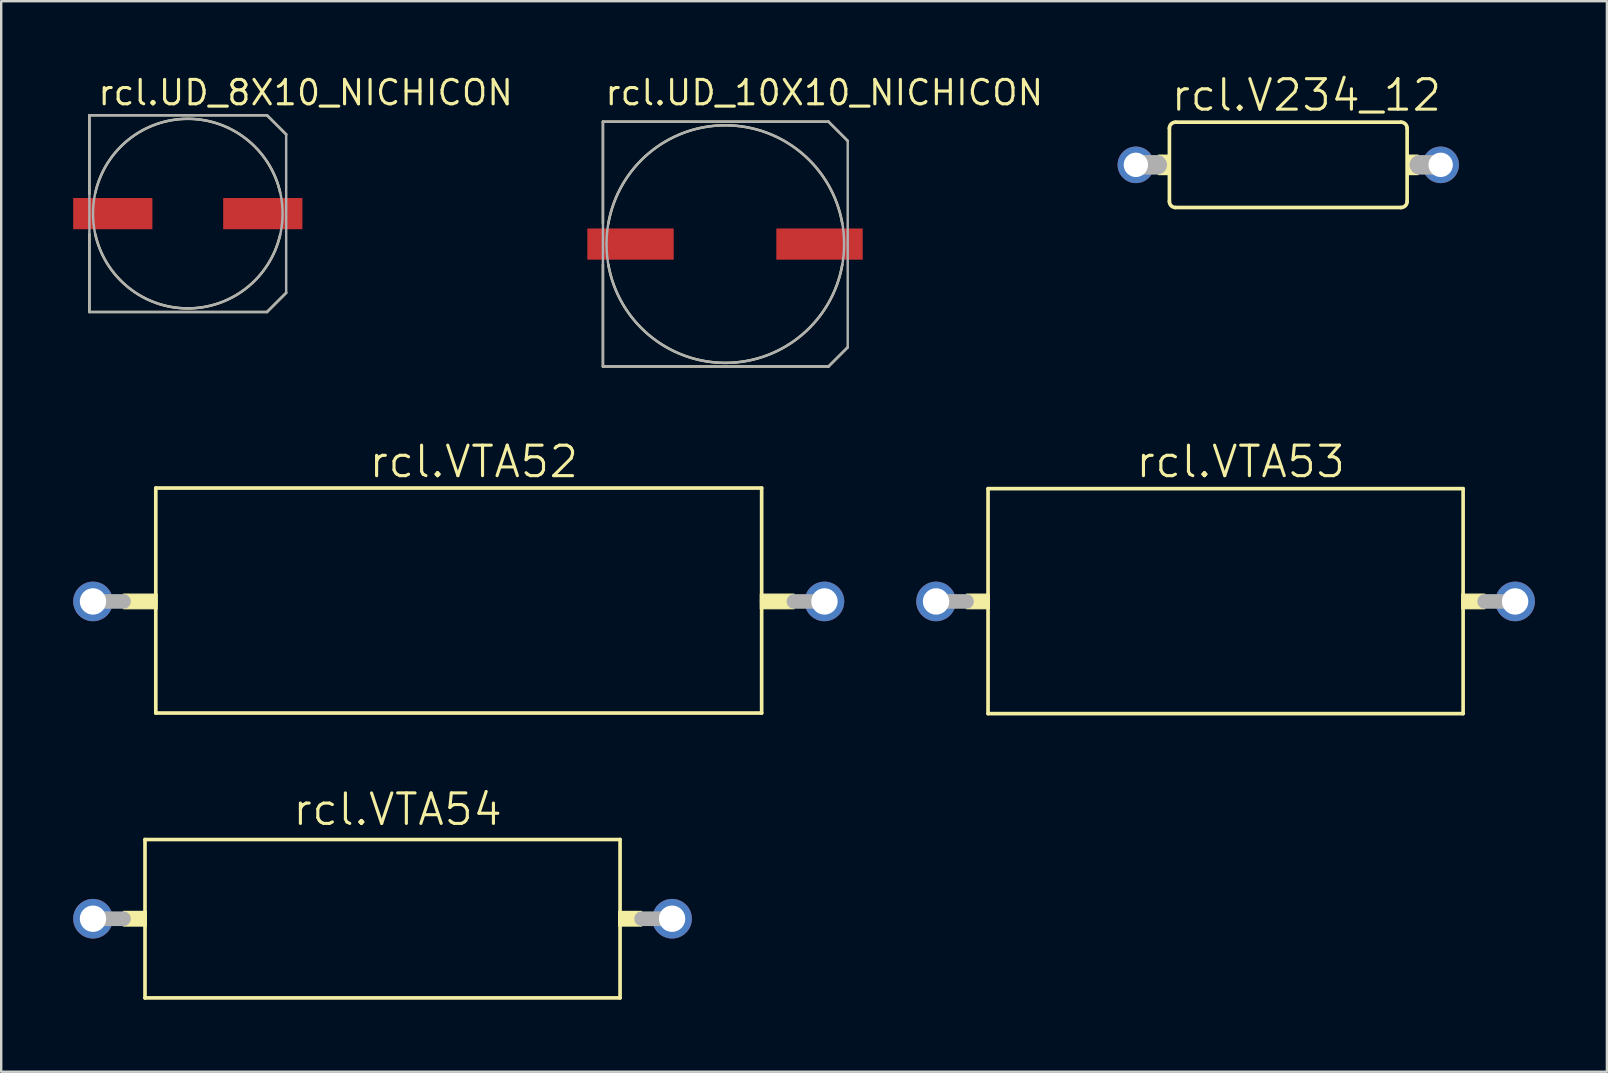
<source format=kicad_pcb>
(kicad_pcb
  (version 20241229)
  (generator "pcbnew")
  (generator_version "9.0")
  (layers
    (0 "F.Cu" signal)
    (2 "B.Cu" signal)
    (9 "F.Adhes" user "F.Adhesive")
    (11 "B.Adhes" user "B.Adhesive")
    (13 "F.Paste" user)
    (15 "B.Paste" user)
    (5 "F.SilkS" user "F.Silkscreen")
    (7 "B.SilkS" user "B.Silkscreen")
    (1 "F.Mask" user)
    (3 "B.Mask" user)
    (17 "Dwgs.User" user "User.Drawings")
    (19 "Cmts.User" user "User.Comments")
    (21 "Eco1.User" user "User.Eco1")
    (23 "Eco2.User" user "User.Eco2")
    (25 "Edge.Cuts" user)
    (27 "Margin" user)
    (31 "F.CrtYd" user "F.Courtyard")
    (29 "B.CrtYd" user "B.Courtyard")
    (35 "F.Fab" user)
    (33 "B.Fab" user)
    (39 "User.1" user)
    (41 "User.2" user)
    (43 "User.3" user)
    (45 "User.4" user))
  (footprint "rcl.VTA53"
    (layer "F.Cu")
    (at 48.02 22.012)
    (property "Reference" "rcl.VTA53" (at -3.81 -5.08 0) (layer "F.SilkS") (effects (font (size 1.27 1.27) (thickness 0.13)) (justify left bottom)))
    (attr through_hole)
    (fp_line (start -9.898 -4.7) (end -9.898 0) (stroke (width 0.152) (type default)) (layer "F.SilkS"))
    (fp_line (start -9.898 0) (end -9.898 4.675) (stroke (width 0.152) (type default)) (layer "F.SilkS"))
    (fp_line (start -9.898 4.675) (end 9.898 4.675) (stroke (width 0.152) (type default)) (layer "F.SilkS"))
    (fp_line (start 9.898 -4.7) (end -9.898 -4.7) (stroke (width 0.152) (type default)) (layer "F.SilkS"))
    (fp_line (start 9.898 0) (end 9.898 -4.7) (stroke (width 0.152) (type default)) (layer "F.SilkS"))
    (fp_line (start 9.898 4.675) (end 9.898 0) (stroke (width 0.152) (type default)) (layer "F.SilkS"))
    (fp_rect (start -10.795 0.305) (end -9.842 -0.305) (stroke (width 0.05) (type default)) (fill yes) (layer "F.SilkS"))
    (fp_rect (start 9.842 0.305) (end 10.795 -0.305) (stroke (width 0.05) (type default)) (fill yes) (layer "F.SilkS"))
    (fp_line (start -12.065 0) (end -10.795 0) (stroke (width 0.61) (type default)) (layer "F.Fab"))
    (fp_line (start 10.795 0) (end 12.065 0) (stroke (width 0.61) (type default)) (layer "F.Fab"))
    (pad "1" thru_hole circle (at -12.065 0) (size 1.65 1.65) (drill 1.1) (layers "*.Cu" "*.Mask"))
    (pad "2" thru_hole circle (at 12.065 0) (size 1.65 1.65) (drill 1.1) (layers "*.Cu" "*.Mask")))
  (footprint "rcl.VTA54"
    (layer "F.Cu")
    (at 12.89 35.233)
    (property "Reference" "rcl.VTA54" (at -3.81 -3.81 0) (layer "F.SilkS") (effects (font (size 1.27 1.27) (thickness 0.13)) (justify left bottom)))
    (attr through_hole)
    (fp_line (start -9.898 -3.3) (end -9.898 0) (stroke (width 0.152) (type default)) (layer "F.SilkS"))
    (fp_line (start -9.898 0) (end -9.898 3.3) (stroke (width 0.152) (type default)) (layer "F.SilkS"))
    (fp_line (start -9.898 3.3) (end 9.898 3.3) (stroke (width 0.152) (type default)) (layer "F.SilkS"))
    (fp_line (start 9.898 -3.3) (end -9.898 -3.3) (stroke (width 0.152) (type default)) (layer "F.SilkS"))
    (fp_line (start 9.898 0) (end 9.898 -3.3) (stroke (width 0.152) (type default)) (layer "F.SilkS"))
    (fp_line (start 9.898 3.3) (end 9.898 0) (stroke (width 0.152) (type default)) (layer "F.SilkS"))
    (fp_rect (start -10.795 0.305) (end -9.842 -0.305) (stroke (width 0.05) (type default)) (fill yes) (layer "F.SilkS"))
    (fp_rect (start 9.842 0.305) (end 10.795 -0.305) (stroke (width 0.05) (type default)) (fill yes) (layer "F.SilkS"))
    (fp_line (start -12.065 0) (end -10.795 0) (stroke (width 0.61) (type default)) (layer "F.Fab"))
    (fp_line (start 10.795 0) (end 12.065 0) (stroke (width 0.61) (type default)) (layer "F.Fab"))
    (pad "1" thru_hole circle (at -12.065 0) (size 1.65 1.65) (drill 1.1) (layers "*.Cu" "*.Mask"))
    (pad "2" thru_hole circle (at 12.065 0) (size 1.65 1.65) (drill 1.1) (layers "*.Cu" "*.Mask")))
  (footprint "rcl.UD_10X10_NICHICON"
    (layer "F.Cu")
    (at 27.174 7.121)
    (property "Reference" "rcl.UD_10X10_NICHICON" (at -5.08 -5.715 0) (layer "F.SilkS") (effects (font (size 1.016 1.016) (thickness 0.13)) (justify left bottom)))
    (attr smd)
    (fp_line (start -5.1 -5.1) (end 4.3 -5.1) (stroke (width 0.102) (type default)) (layer "F.SilkS"))
    (fp_line (start -5.1 -0.875) (end -5.1 -5.1) (stroke (width 0.102) (type default)) (layer "F.SilkS"))
    (fp_line (start -5.1 5.1) (end -5.1 0.85) (stroke (width 0.102) (type default)) (layer "F.SilkS"))
    (fp_line (start 4.3 -5.1) (end 5.1 -4.3) (stroke (width 0.102) (type default)) (layer "F.SilkS"))
    (fp_line (start 4.3 5.1) (end -5.1 5.1) (stroke (width 0.102) (type default)) (layer "F.SilkS"))
    (fp_line (start 5.1 4.3) (end 4.3 5.1) (stroke (width 0.102) (type default)) (layer "F.SilkS"))
    (fp_arc (start -4.875 -0.85) (mid 0 -4.950039) (end 4.875 -0.85) (stroke (width 0.1016) (type default)) (layer "F.SilkS"))
    (fp_arc (start 4.875 0.85) (mid 0 4.950039) (end -4.875 0.85) (stroke (width 0.1016) (type default)) (layer "F.SilkS"))
    (fp_line (start -5.1 -5.1) (end 4.3 -5.1) (stroke (width 0.102) (type default)) (layer "F.Fab"))
    (fp_line (start -5.1 5.1) (end -5.1 -5.1) (stroke (width 0.102) (type default)) (layer "F.Fab"))
    (fp_line (start 4.3 -5.1) (end 5.1 -4.3) (stroke (width 0.102) (type default)) (layer "F.Fab"))
    (fp_line (start 4.3 5.1) (end -5.1 5.1) (stroke (width 0.102) (type default)) (layer "F.Fab"))
    (fp_line (start 5.1 -4.3) (end 5.1 4.3) (stroke (width 0.102) (type default)) (layer "F.Fab"))
    (fp_line (start 5.1 4.3) (end 4.3 5.1) (stroke (width 0.102) (type default)) (layer "F.Fab"))
    (fp_circle (center 0 0) (end 4.95 0) (stroke (width 0.102) (type default)) (fill no) (layer "F.Fab"))
    (pad "+" smd roundrect (at 3.925 0) (size 3.6 1.3) (layers "F.Cu" "F.Mask" "F.Paste") (roundrect_rratio 0.01))
    (pad "-" smd roundrect (at -3.95 0) (size 3.6 1.3) (layers "F.Cu" "F.Mask" "F.Paste") (roundrect_rratio 0.01)))
  (footprint "rcl.V234_12"
    (layer "F.Cu")
    (at 50.632 3.819)
    (property "Reference" "rcl.V234_12" (at -4.953 -2.159 0) (layer "F.SilkS") (effects (font (size 1.27 1.27) (thickness 0.13)) (justify left bottom)))
    (attr through_hole)
    (fp_line (start -4.953 -1.524) (end -4.953 1.524) (stroke (width 0.152) (type default)) (layer "F.SilkS"))
    (fp_line (start -4.699 -1.778) (end 4.699 -1.778) (stroke (width 0.152) (type default)) (layer "F.SilkS"))
    (fp_line (start 4.699 1.778) (end -4.699 1.778) (stroke (width 0.152) (type default)) (layer "F.SilkS"))
    (fp_line (start 4.953 -1.524) (end 4.953 1.524) (stroke (width 0.152) (type default)) (layer "F.SilkS"))
    (fp_rect (start -5.41 0.406) (end -4.953 -0.406) (stroke (width 0.05) (type default)) (fill yes) (layer "F.SilkS"))
    (fp_rect (start 4.953 0.406) (end 5.41 -0.406) (stroke (width 0.05) (type default)) (fill yes) (layer "F.SilkS"))
    (fp_arc (start -4.953 -1.524) (mid -4.878605 -1.703605) (end -4.699 -1.778) (stroke (width 0.1524) (type default)) (layer "F.SilkS"))
    (fp_arc (start -4.699 1.778) (mid -4.878605 1.703605) (end -4.953 1.524) (stroke (width 0.1524) (type default)) (layer "F.SilkS"))
    (fp_arc (start 4.699 -1.778) (mid 4.878605 -1.703605) (end 4.953 -1.524) (stroke (width 0.1524) (type default)) (layer "F.SilkS"))
    (fp_arc (start 4.953 1.524) (mid 4.878605 1.703605) (end 4.699 1.778) (stroke (width 0.1524) (type default)) (layer "F.SilkS"))
    (fp_line (start -6.35 0) (end -5.461 0) (stroke (width 0.813) (type default)) (layer "F.Fab"))
    (fp_line (start 6.35 0) (end 5.461 0) (stroke (width 0.813) (type default)) (layer "F.Fab"))
    (pad "1" thru_hole circle (at -6.35 0) (size 1.524 1.524) (drill 1.016) (layers "*.Cu" "*.Mask"))
    (pad "2" thru_hole circle (at 6.35 0) (size 1.524 1.524) (drill 1.016) (layers "*.Cu" "*.Mask")))
  (footprint "rcl.VTA52"
    (layer "F.Cu")
    (at 16.065 22.012)
    (property "Reference" "rcl.VTA52" (at -3.81 -5.08 0) (layer "F.SilkS") (effects (font (size 1.27 1.27) (thickness 0.13)) (justify left bottom)))
    (attr through_hole)
    (fp_line (start -12.623 -4.725) (end -12.623 -0.025) (stroke (width 0.152) (type default)) (layer "F.SilkS"))
    (fp_line (start -12.623 -0.025) (end -12.623 4.65) (stroke (width 0.152) (type default)) (layer "F.SilkS"))
    (fp_line (start -12.623 4.65) (end 12.623 4.65) (stroke (width 0.152) (type default)) (layer "F.SilkS"))
    (fp_line (start 12.623 -4.725) (end -12.623 -4.725) (stroke (width 0.152) (type default)) (layer "F.SilkS"))
    (fp_line (start 12.623 -0.025) (end 12.623 -4.725) (stroke (width 0.152) (type default)) (layer "F.SilkS"))
    (fp_line (start 12.623 4.65) (end 12.623 -0.025) (stroke (width 0.152) (type default)) (layer "F.SilkS"))
    (fp_rect (start -13.97 0.305) (end -12.568 -0.305) (stroke (width 0.05) (type default)) (fill yes) (layer "F.SilkS"))
    (fp_rect (start 12.568 0.305) (end 13.97 -0.305) (stroke (width 0.05) (type default)) (fill yes) (layer "F.SilkS"))
    (fp_line (start -15.24 0) (end -13.97 0) (stroke (width 0.61) (type default)) (layer "F.Fab"))
    (fp_line (start 13.97 0) (end 15.24 0) (stroke (width 0.61) (type default)) (layer "F.Fab"))
    (pad "1" thru_hole circle (at -15.24 0) (size 1.65 1.65) (drill 1.1) (layers "*.Cu" "*.Mask"))
    (pad "2" thru_hole circle (at 15.24 0) (size 1.65 1.65) (drill 1.1) (layers "*.Cu" "*.Mask")))
  (footprint "rcl.UD_8X10_NICHICON"
    (layer "F.Cu")
    (at 4.775 5.851)
    (property "Reference" "rcl.UD_8X10_NICHICON" (at -3.81 -4.445 0) (layer "F.SilkS") (effects (font (size 1.016 1.016) (thickness 0.13)) (justify left bottom)))
    (attr smd)
    (fp_line (start -4.1 -4.1) (end 3.3 -4.1) (stroke (width 0.102) (type default)) (layer "F.SilkS"))
    (fp_line (start -4.1 -0.825) (end -4.1 -4.1) (stroke (width 0.102) (type default)) (layer "F.SilkS"))
    (fp_line (start -4.1 4.1) (end -4.1 0.85) (stroke (width 0.102) (type default)) (layer "F.SilkS"))
    (fp_line (start 3.3 -4.1) (end 4.1 -3.3) (stroke (width 0.102) (type default)) (layer "F.SilkS"))
    (fp_line (start 3.3 4.1) (end -4.1 4.1) (stroke (width 0.102) (type default)) (layer "F.SilkS"))
    (fp_line (start 4.1 3.3) (end 3.3 4.1) (stroke (width 0.102) (type default)) (layer "F.SilkS"))
    (fp_arc (start -3.85 -0.875) (mid 0 -3.950049) (end 3.85 -0.875) (stroke (width 0.1016) (type default)) (layer "F.SilkS"))
    (fp_arc (start 3.85 0.875) (mid 0 3.950049) (end -3.85 0.875) (stroke (width 0.1016) (type default)) (layer "F.SilkS"))
    (fp_line (start -4.1 -4.1) (end 3.3 -4.1) (stroke (width 0.102) (type default)) (layer "F.Fab"))
    (fp_line (start -4.1 4.1) (end -4.1 -4.1) (stroke (width 0.102) (type default)) (layer "F.Fab"))
    (fp_line (start 3.3 -4.1) (end 4.1 -3.3) (stroke (width 0.102) (type default)) (layer "F.Fab"))
    (fp_line (start 3.3 4.1) (end -4.1 4.1) (stroke (width 0.102) (type default)) (layer "F.Fab"))
    (fp_line (start 4.1 -3.3) (end 4.1 3.3) (stroke (width 0.102) (type default)) (layer "F.Fab"))
    (fp_line (start 4.1 3.3) (end 3.3 4.1) (stroke (width 0.102) (type default)) (layer "F.Fab"))
    (fp_circle (center 0 0) (end 3.95 0) (stroke (width 0.102) (type default)) (fill no) (layer "F.Fab"))
    (pad "+" smd roundrect (at 3.125 0) (size 3.3 1.3) (layers "F.Cu" "F.Mask" "F.Paste") (roundrect_rratio 0.01))
    (pad "-" smd roundrect (at -3.125 0) (size 3.3 1.3) (layers "F.Cu" "F.Mask" "F.Paste") (roundrect_rratio 0.01)))
  (gr_rect
    (start -3 -3)
    (end 63.91 41.609)
    (stroke (width 0.1) (type default))
    (fill no)
    (layer "Edge.Cuts")))
</source>
